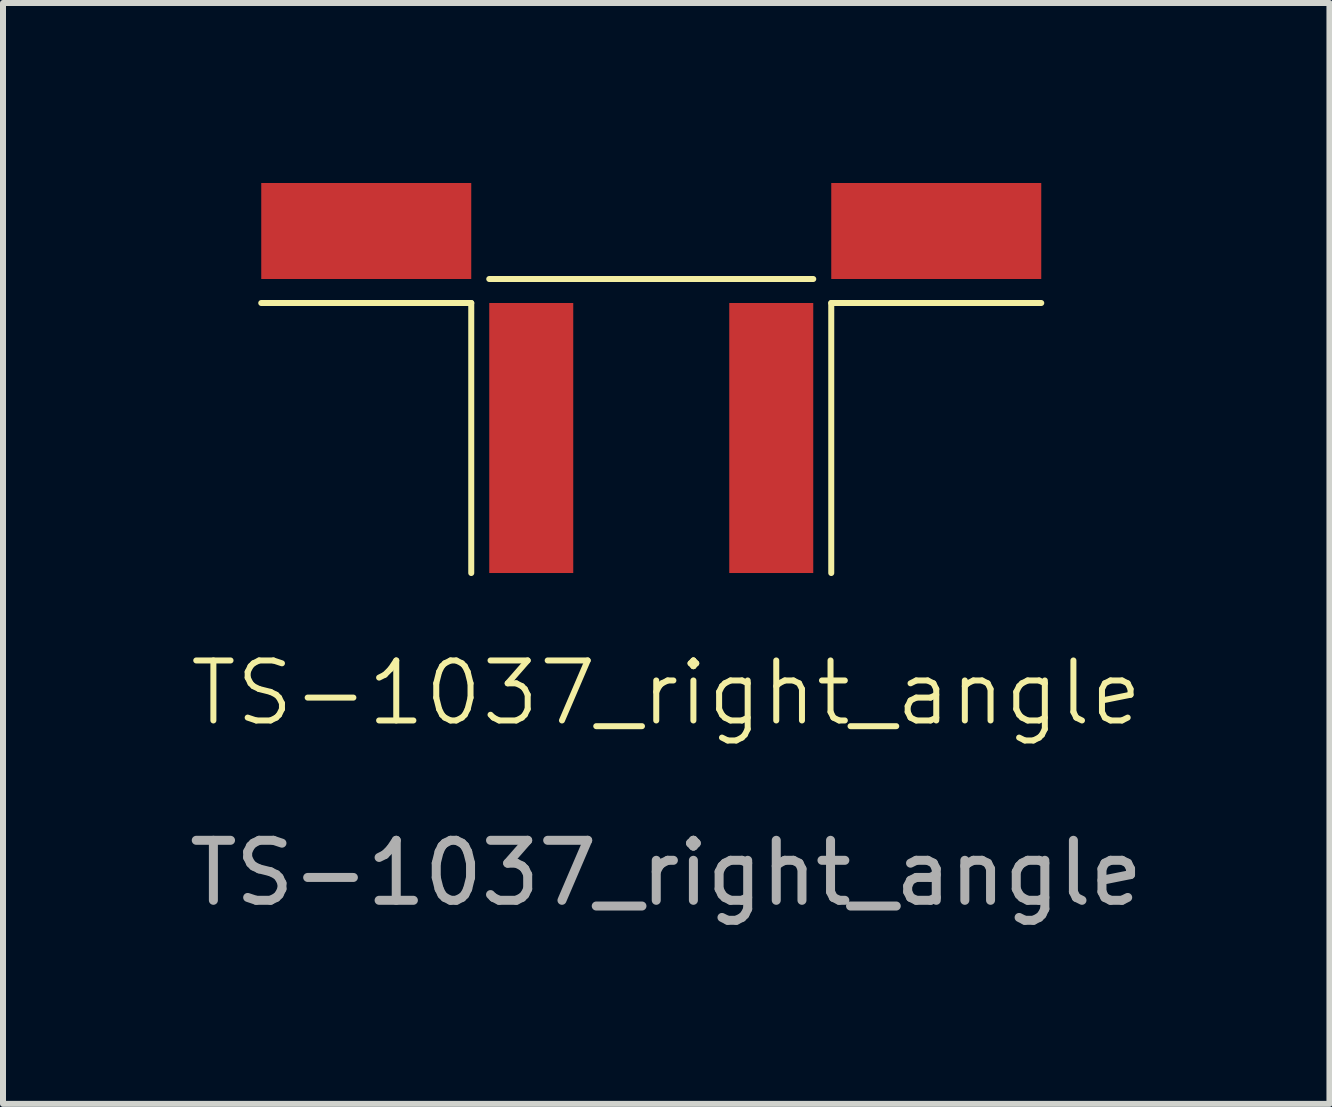
<source format=kicad_pcb>
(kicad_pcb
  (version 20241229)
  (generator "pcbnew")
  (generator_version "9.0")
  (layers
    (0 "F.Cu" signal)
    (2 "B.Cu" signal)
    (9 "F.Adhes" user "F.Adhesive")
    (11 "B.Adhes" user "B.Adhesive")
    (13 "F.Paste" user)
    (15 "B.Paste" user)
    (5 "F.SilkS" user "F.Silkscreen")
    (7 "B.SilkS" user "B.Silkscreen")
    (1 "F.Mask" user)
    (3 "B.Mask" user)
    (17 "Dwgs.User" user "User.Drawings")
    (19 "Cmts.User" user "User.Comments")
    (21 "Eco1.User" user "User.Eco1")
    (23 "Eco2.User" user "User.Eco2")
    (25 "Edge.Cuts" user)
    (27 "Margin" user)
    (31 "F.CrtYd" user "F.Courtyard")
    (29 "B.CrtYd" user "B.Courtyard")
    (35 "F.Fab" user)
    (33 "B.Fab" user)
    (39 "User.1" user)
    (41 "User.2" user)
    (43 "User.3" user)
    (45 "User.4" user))
  (footprint "TS-1037_right_angle"
    (layer "F.Cu")
    (at 7.804 2.8)
    (property "Reference" "TS-1037_right_angle" (at 0.25 5.7 0) (unlocked yes) (layer "F.SilkS") (effects (font (size 1 1) (thickness 0.1))))
    (attr smd)
    (fp_line (start -6.5 -0.8) (end -3 -0.8) (stroke (width 0.1) (type default)) (layer "F.SilkS"))
    (fp_line (start -3 -0.8) (end -3 3.7) (stroke (width 0.1) (type default)) (layer "F.SilkS"))
    (fp_line (start -2.7 -1.2) (end 2.7 -1.2) (stroke (width 0.1) (type default)) (layer "F.SilkS"))
    (fp_line (start 3 -0.8) (end 6.5 -0.8) (stroke (width 0.1) (type default)) (layer "F.SilkS"))
    (fp_line (start 3 3.7) (end 3 -0.8) (stroke (width 0.1) (type default)) (layer "F.SilkS"))
    (fp_text user "${REFERENCE}" (at 0.25 8.7 0) (unlocked yes) (layer "F.Fab") (effects (font (size 1 1) (thickness 0.15))))
    (pad "" smd rect (at -4.75 -2 180) (size 3.5 1.6) (layers "F.Cu" "F.Mask" "F.Paste"))
    (pad "" smd rect (at 4.75 -2 180) (size 3.5 1.6) (layers "F.Cu" "F.Mask" "F.Paste"))
    (pad "1" smd rect (at -2 1.45 90) (size 4.5 1.4) (layers "F.Cu" "F.Mask" "F.Paste"))
    (pad "2" smd rect (at 2 1.45 90) (size 4.5 1.4) (layers "F.Cu" "F.Mask" "F.Paste")))
  (gr_rect
    (start -3 -3)
    (end 19.107 15.348)
    (stroke (width 0.1) (type default))
    (fill no)
    (layer "Edge.Cuts")))
</source>
